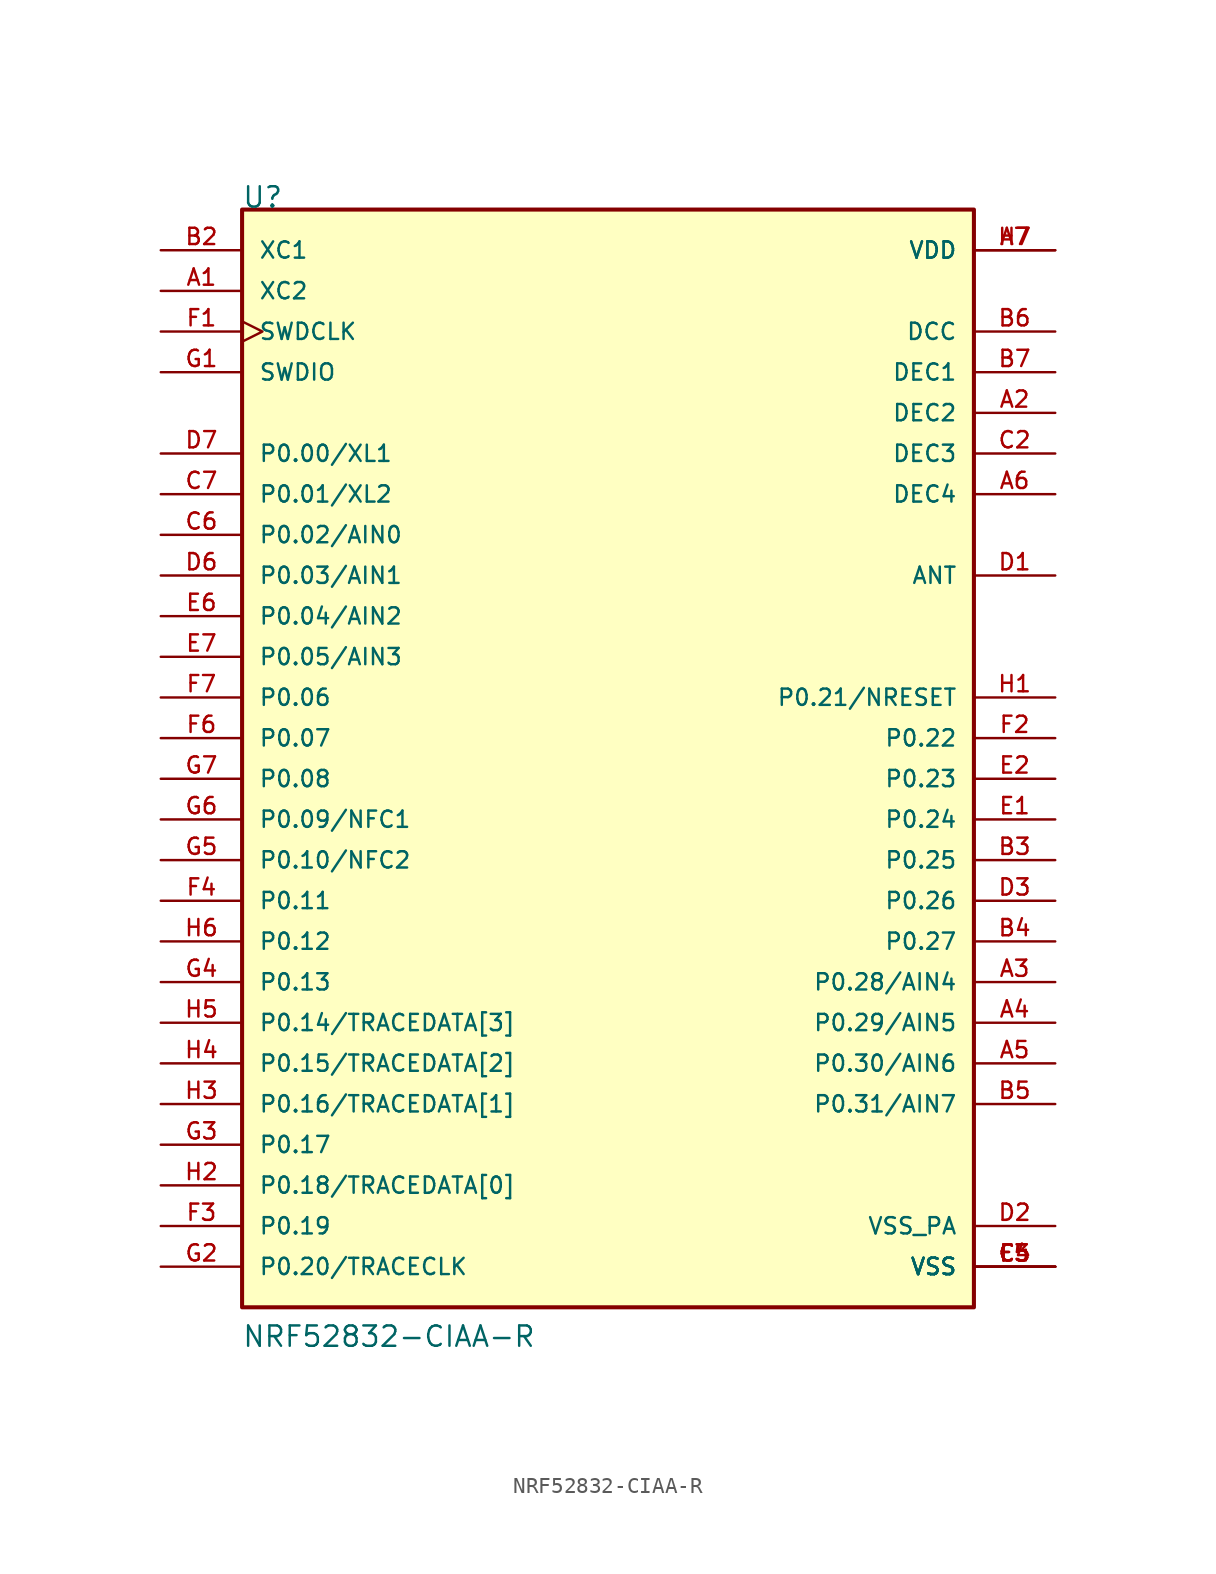
<source format=kicad_sym>
(kicad_symbol_lib
  (version 20211014)
  (generator kicad_symbol_editor)
  (symbol "NRF52832-CIAA-R"
    (pin_names
      (offset 1.016))
    (property "Reference" "U"
      (at -22.885 33.045 0)
      (effects (font (size 1.27 1.27)) (justify left bottom)))
    (property "Value" "NRF52832-CIAA-R"
      (at -22.885 -38.125 0)
      (effects (font (size 1.27 1.27)) (justify left bottom)))
    (property "ki_locked" ""
      (at 0 0 0)
      (effects (font (size 1.27 1.27))))
    (symbol "NRF52832-CIAA-R_0_0"
      (rectangle (start -22.86 -35.56) (end 22.86 33.02) (stroke (width 0.254) (type default) (color 0 0 0 0)) (fill (type background)))
      (pin input line (at -27.94 27.94 0) (length 5.08) (name "XC2" (effects (font (size 1.016 1.016)))) (number "A1" (effects (font (size 1.016 1.016)))))
      (pin power_in line (at 27.94 20.32 180) (length 5.08) (name "DEC2" (effects (font (size 1.016 1.016)))) (number "A2" (effects (font (size 1.016 1.016)))))
      (pin bidirectional line (at 27.94 -15.24 180) (length 5.08) (name "P0.28/AIN4" (effects (font (size 1.016 1.016)))) (number "A3" (effects (font (size 1.016 1.016)))))
      (pin bidirectional line (at 27.94 -17.78 180) (length 5.08) (name "P0.29/AIN5" (effects (font (size 1.016 1.016)))) (number "A4" (effects (font (size 1.016 1.016)))))
      (pin bidirectional line (at 27.94 -20.32 180) (length 5.08) (name "P0.30/AIN6" (effects (font (size 1.016 1.016)))) (number "A5" (effects (font (size 1.016 1.016)))))
      (pin power_in line (at 27.94 15.24 180) (length 5.08) (name "DEC4" (effects (font (size 1.016 1.016)))) (number "A6" (effects (font (size 1.016 1.016)))))
      (pin power_in line (at 27.94 30.48 180) (length 5.08) (name "VDD" (effects (font (size 1.016 1.016)))) (number "A7" (effects (font (size 1.016 1.016)))))
      (pin input line (at -27.94 30.48 0) (length 5.08) (name "XC1" (effects (font (size 1.016 1.016)))) (number "B2" (effects (font (size 1.016 1.016)))))
      (pin bidirectional line (at 27.94 -7.62 180) (length 5.08) (name "P0.25" (effects (font (size 1.016 1.016)))) (number "B3" (effects (font (size 1.016 1.016)))))
      (pin bidirectional line (at 27.94 -12.7 180) (length 5.08) (name "P0.27" (effects (font (size 1.016 1.016)))) (number "B4" (effects (font (size 1.016 1.016)))))
      (pin bidirectional line (at 27.94 -22.86 180) (length 5.08) (name "P0.31/AIN7" (effects (font (size 1.016 1.016)))) (number "B5" (effects (font (size 1.016 1.016)))))
      (pin power_in line (at 27.94 25.4 180) (length 5.08) (name "DCC" (effects (font (size 1.016 1.016)))) (number "B6" (effects (font (size 1.016 1.016)))))
      (pin power_in line (at 27.94 22.86 180) (length 5.08) (name "DEC1" (effects (font (size 1.016 1.016)))) (number "B7" (effects (font (size 1.016 1.016)))))
      (pin power_in line (at 27.94 17.78 180) (length 5.08) (name "DEC3" (effects (font (size 1.016 1.016)))) (number "C2" (effects (font (size 1.016 1.016)))))
      (pin power_in line (at 27.94 -33.02 180) (length 5.08) (name "VSS" (effects (font (size 1.016 1.016)))) (number "C4" (effects (font (size 1.016 1.016)))))
      (pin power_in line (at 27.94 -33.02 180) (length 5.08) (name "VSS" (effects (font (size 1.016 1.016)))) (number "C5" (effects (font (size 1.016 1.016)))))
      (pin bidirectional line (at -27.94 12.7 0) (length 5.08) (name "P0.02/AIN0" (effects (font (size 1.016 1.016)))) (number "C6" (effects (font (size 1.016 1.016)))))
      (pin bidirectional line (at -27.94 15.24 0) (length 5.08) (name "P0.01/XL2" (effects (font (size 1.016 1.016)))) (number "C7" (effects (font (size 1.016 1.016)))))
      (pin passive line (at 27.94 10.16 180) (length 5.08) (name "ANT" (effects (font (size 1.016 1.016)))) (number "D1" (effects (font (size 1.016 1.016)))))
      (pin power_in line (at 27.94 -30.48 180) (length 5.08) (name "VSS_PA" (effects (font (size 1.016 1.016)))) (number "D2" (effects (font (size 1.016 1.016)))))
      (pin bidirectional line (at 27.94 -10.16 180) (length 5.08) (name "P0.26" (effects (font (size 1.016 1.016)))) (number "D3" (effects (font (size 1.016 1.016)))))
      (pin bidirectional line (at -27.94 10.16 0) (length 5.08) (name "P0.03/AIN1" (effects (font (size 1.016 1.016)))) (number "D6" (effects (font (size 1.016 1.016)))))
      (pin bidirectional line (at -27.94 17.78 0) (length 5.08) (name "P0.00/XL1" (effects (font (size 1.016 1.016)))) (number "D7" (effects (font (size 1.016 1.016)))))
      (pin bidirectional line (at 27.94 -5.08 180) (length 5.08) (name "P0.24" (effects (font (size 1.016 1.016)))) (number "E1" (effects (font (size 1.016 1.016)))))
      (pin bidirectional line (at 27.94 -2.54 180) (length 5.08) (name "P0.23" (effects (font (size 1.016 1.016)))) (number "E2" (effects (font (size 1.016 1.016)))))
      (pin power_in line (at 27.94 -33.02 180) (length 5.08) (name "VSS" (effects (font (size 1.016 1.016)))) (number "E3" (effects (font (size 1.016 1.016)))))
      (pin bidirectional line (at -27.94 7.62 0) (length 5.08) (name "P0.04/AIN2" (effects (font (size 1.016 1.016)))) (number "E6" (effects (font (size 1.016 1.016)))))
      (pin bidirectional line (at -27.94 5.08 0) (length 5.08) (name "P0.05/AIN3" (effects (font (size 1.016 1.016)))) (number "E7" (effects (font (size 1.016 1.016)))))
      (pin input clock (at -27.94 25.4 0) (length 5.08) (name "SWDCLK" (effects (font (size 1.016 1.016)))) (number "F1" (effects (font (size 1.016 1.016)))))
      (pin bidirectional line (at 27.94 0 180) (length 5.08) (name "P0.22" (effects (font (size 1.016 1.016)))) (number "F2" (effects (font (size 1.016 1.016)))))
      (pin bidirectional line (at -27.94 -30.48 0) (length 5.08) (name "P0.19" (effects (font (size 1.016 1.016)))) (number "F3" (effects (font (size 1.016 1.016)))))
      (pin bidirectional line (at -27.94 -10.16 0) (length 5.08) (name "P0.11" (effects (font (size 1.016 1.016)))) (number "F4" (effects (font (size 1.016 1.016)))))
      (pin power_in line (at 27.94 -33.02 180) (length 5.08) (name "VSS" (effects (font (size 1.016 1.016)))) (number "F5" (effects (font (size 1.016 1.016)))))
      (pin bidirectional line (at -27.94 0 0) (length 5.08) (name "P0.07" (effects (font (size 1.016 1.016)))) (number "F6" (effects (font (size 1.016 1.016)))))
      (pin bidirectional line (at -27.94 2.54 0) (length 5.08) (name "P0.06" (effects (font (size 1.016 1.016)))) (number "F7" (effects (font (size 1.016 1.016)))))
      (pin bidirectional line (at -27.94 22.86 0) (length 5.08) (name "SWDIO" (effects (font (size 1.016 1.016)))) (number "G1" (effects (font (size 1.016 1.016)))))
      (pin bidirectional line (at -27.94 -33.02 0) (length 5.08) (name "P0.20/TRACECLK" (effects (font (size 1.016 1.016)))) (number "G2" (effects (font (size 1.016 1.016)))))
      (pin bidirectional line (at -27.94 -25.4 0) (length 5.08) (name "P0.17" (effects (font (size 1.016 1.016)))) (number "G3" (effects (font (size 1.016 1.016)))))
      (pin bidirectional line (at -27.94 -15.24 0) (length 5.08) (name "P0.13" (effects (font (size 1.016 1.016)))) (number "G4" (effects (font (size 1.016 1.016)))))
      (pin bidirectional line (at -27.94 -7.62 0) (length 5.08) (name "P0.10/NFC2" (effects (font (size 1.016 1.016)))) (number "G5" (effects (font (size 1.016 1.016)))))
      (pin bidirectional line (at -27.94 -5.08 0) (length 5.08) (name "P0.09/NFC1" (effects (font (size 1.016 1.016)))) (number "G6" (effects (font (size 1.016 1.016)))))
      (pin bidirectional line (at -27.94 -2.54 0) (length 5.08) (name "P0.08" (effects (font (size 1.016 1.016)))) (number "G7" (effects (font (size 1.016 1.016)))))
      (pin bidirectional line (at 27.94 2.54 180) (length 5.08) (name "P0.21/NRESET" (effects (font (size 1.016 1.016)))) (number "H1" (effects (font (size 1.016 1.016)))))
      (pin bidirectional line (at -27.94 -27.94 0) (length 5.08) (name "P0.18/TRACEDATA[0]" (effects (font (size 1.016 1.016)))) (number "H2" (effects (font (size 1.016 1.016)))))
      (pin bidirectional line (at -27.94 -22.86 0) (length 5.08) (name "P0.16/TRACEDATA[1]" (effects (font (size 1.016 1.016)))) (number "H3" (effects (font (size 1.016 1.016)))))
      (pin bidirectional line (at -27.94 -20.32 0) (length 5.08) (name "P0.15/TRACEDATA[2]" (effects (font (size 1.016 1.016)))) (number "H4" (effects (font (size 1.016 1.016)))))
      (pin bidirectional line (at -27.94 -17.78 0) (length 5.08) (name "P0.14/TRACEDATA[3]" (effects (font (size 1.016 1.016)))) (number "H5" (effects (font (size 1.016 1.016)))))
      (pin bidirectional line (at -27.94 -12.7 0) (length 5.08) (name "P0.12" (effects (font (size 1.016 1.016)))) (number "H6" (effects (font (size 1.016 1.016)))))
      (pin power_in line (at 27.94 30.48 180) (length 5.08) (name "VDD" (effects (font (size 1.016 1.016)))) (number "H7" (effects (font (size 1.016 1.016))))))))
</source>
